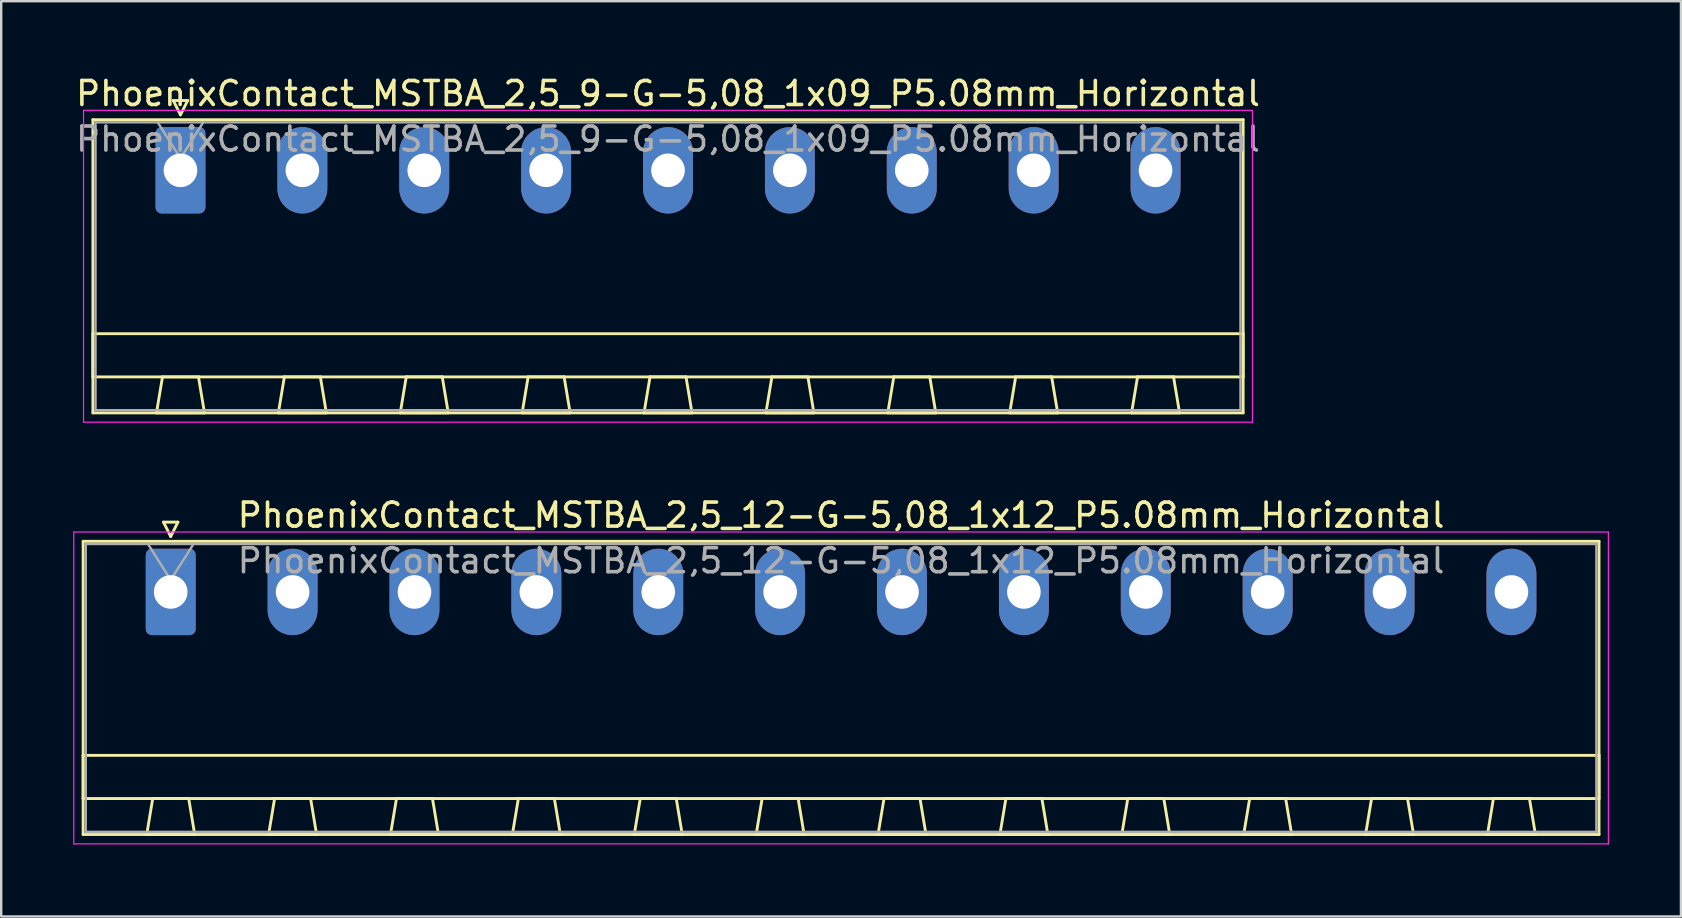
<source format=kicad_pcb>
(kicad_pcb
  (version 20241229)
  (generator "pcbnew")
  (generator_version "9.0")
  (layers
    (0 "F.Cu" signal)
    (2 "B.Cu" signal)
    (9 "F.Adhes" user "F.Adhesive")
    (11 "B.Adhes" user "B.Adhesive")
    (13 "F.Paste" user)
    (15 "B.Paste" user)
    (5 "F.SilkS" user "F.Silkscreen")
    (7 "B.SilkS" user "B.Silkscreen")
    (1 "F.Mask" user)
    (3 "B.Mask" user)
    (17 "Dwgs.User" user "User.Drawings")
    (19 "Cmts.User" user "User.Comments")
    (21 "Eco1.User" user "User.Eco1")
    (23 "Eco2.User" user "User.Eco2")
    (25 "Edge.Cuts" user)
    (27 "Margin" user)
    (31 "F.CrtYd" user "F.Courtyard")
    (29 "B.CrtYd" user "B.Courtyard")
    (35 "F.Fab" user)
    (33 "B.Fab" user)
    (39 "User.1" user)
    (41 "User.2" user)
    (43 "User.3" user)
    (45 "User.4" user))
  (footprint "PhoenixContact_MSTBA_2,5_9-G-5,08_1x09_P5.08mm_Horizontal"
    (layer "F.Cu")
    (at 4.472 4.048)
    (property "Reference" "PhoenixContact_MSTBA_2,5_9-G-5,08_1x09_P5.08mm_Horizontal" (at 20.32 -3.2 0) (layer "F.SilkS") (effects (font (size 1 1) (thickness 0.15))))
    (attr through_hole)
    (fp_line (start -3.65 -2.11) (end -3.65 10.11) (stroke (width 0.12) (type solid)) (layer "F.SilkS"))
    (fp_line (start -3.65 6.81) (end 44.29 6.81) (stroke (width 0.12) (type solid)) (layer "F.SilkS"))
    (fp_line (start -3.65 8.61) (end -3.65 6.81) (stroke (width 0.12) (type solid)) (layer "F.SilkS"))
    (fp_line (start -3.65 10.11) (end 44.29 10.11) (stroke (width 0.12) (type solid)) (layer "F.SilkS"))
    (fp_line (start -1 10.11) (end 1 10.11) (stroke (width 0.12) (type solid)) (layer "F.SilkS"))
    (fp_line (start -0.75 8.61) (end -1 10.11) (stroke (width 0.12) (type solid)) (layer "F.SilkS"))
    (fp_line (start -0.3 -2.91) (end 0.3 -2.91) (stroke (width 0.12) (type solid)) (layer "F.SilkS"))
    (fp_line (start 0 -2.31) (end -0.3 -2.91) (stroke (width 0.12) (type solid)) (layer "F.SilkS"))
    (fp_line (start 0.3 -2.91) (end 0 -2.31) (stroke (width 0.12) (type solid)) (layer "F.SilkS"))
    (fp_line (start 0.75 8.61) (end -0.75 8.61) (stroke (width 0.12) (type solid)) (layer "F.SilkS"))
    (fp_line (start 1 10.11) (end 0.75 8.61) (stroke (width 0.12) (type solid)) (layer "F.SilkS"))
    (fp_line (start 4.08 10.11) (end 6.08 10.11) (stroke (width 0.12) (type solid)) (layer "F.SilkS"))
    (fp_line (start 4.33 8.61) (end 4.08 10.11) (stroke (width 0.12) (type solid)) (layer "F.SilkS"))
    (fp_line (start 5.83 8.61) (end 4.33 8.61) (stroke (width 0.12) (type solid)) (layer "F.SilkS"))
    (fp_line (start 6.08 10.11) (end 5.83 8.61) (stroke (width 0.12) (type solid)) (layer "F.SilkS"))
    (fp_line (start 9.16 10.11) (end 11.16 10.11) (stroke (width 0.12) (type solid)) (layer "F.SilkS"))
    (fp_line (start 9.41 8.61) (end 9.16 10.11) (stroke (width 0.12) (type solid)) (layer "F.SilkS"))
    (fp_line (start 10.91 8.61) (end 9.41 8.61) (stroke (width 0.12) (type solid)) (layer "F.SilkS"))
    (fp_line (start 11.16 10.11) (end 10.91 8.61) (stroke (width 0.12) (type solid)) (layer "F.SilkS"))
    (fp_line (start 14.24 10.11) (end 16.24 10.11) (stroke (width 0.12) (type solid)) (layer "F.SilkS"))
    (fp_line (start 14.49 8.61) (end 14.24 10.11) (stroke (width 0.12) (type solid)) (layer "F.SilkS"))
    (fp_line (start 15.99 8.61) (end 14.49 8.61) (stroke (width 0.12) (type solid)) (layer "F.SilkS"))
    (fp_line (start 16.24 10.11) (end 15.99 8.61) (stroke (width 0.12) (type solid)) (layer "F.SilkS"))
    (fp_line (start 19.32 10.11) (end 21.32 10.11) (stroke (width 0.12) (type solid)) (layer "F.SilkS"))
    (fp_line (start 19.57 8.61) (end 19.32 10.11) (stroke (width 0.12) (type solid)) (layer "F.SilkS"))
    (fp_line (start 21.07 8.61) (end 19.57 8.61) (stroke (width 0.12) (type solid)) (layer "F.SilkS"))
    (fp_line (start 21.32 10.11) (end 21.07 8.61) (stroke (width 0.12) (type solid)) (layer "F.SilkS"))
    (fp_line (start 24.4 10.11) (end 26.4 10.11) (stroke (width 0.12) (type solid)) (layer "F.SilkS"))
    (fp_line (start 24.65 8.61) (end 24.4 10.11) (stroke (width 0.12) (type solid)) (layer "F.SilkS"))
    (fp_line (start 26.15 8.61) (end 24.65 8.61) (stroke (width 0.12) (type solid)) (layer "F.SilkS"))
    (fp_line (start 26.4 10.11) (end 26.15 8.61) (stroke (width 0.12) (type solid)) (layer "F.SilkS"))
    (fp_line (start 29.48 10.11) (end 31.48 10.11) (stroke (width 0.12) (type solid)) (layer "F.SilkS"))
    (fp_line (start 29.73 8.61) (end 29.48 10.11) (stroke (width 0.12) (type solid)) (layer "F.SilkS"))
    (fp_line (start 31.23 8.61) (end 29.73 8.61) (stroke (width 0.12) (type solid)) (layer "F.SilkS"))
    (fp_line (start 31.48 10.11) (end 31.23 8.61) (stroke (width 0.12) (type solid)) (layer "F.SilkS"))
    (fp_line (start 34.56 10.11) (end 36.56 10.11) (stroke (width 0.12) (type solid)) (layer "F.SilkS"))
    (fp_line (start 34.81 8.61) (end 34.56 10.11) (stroke (width 0.12) (type solid)) (layer "F.SilkS"))
    (fp_line (start 36.31 8.61) (end 34.81 8.61) (stroke (width 0.12) (type solid)) (layer "F.SilkS"))
    (fp_line (start 36.56 10.11) (end 36.31 8.61) (stroke (width 0.12) (type solid)) (layer "F.SilkS"))
    (fp_line (start 39.64 10.11) (end 41.64 10.11) (stroke (width 0.12) (type solid)) (layer "F.SilkS"))
    (fp_line (start 39.89 8.61) (end 39.64 10.11) (stroke (width 0.12) (type solid)) (layer "F.SilkS"))
    (fp_line (start 41.39 8.61) (end 39.89 8.61) (stroke (width 0.12) (type solid)) (layer "F.SilkS"))
    (fp_line (start 41.64 10.11) (end 41.39 8.61) (stroke (width 0.12) (type solid)) (layer "F.SilkS"))
    (fp_line (start 44.29 -2.11) (end -3.65 -2.11) (stroke (width 0.12) (type solid)) (layer "F.SilkS"))
    (fp_line (start 44.29 6.81) (end 44.29 8.61) (stroke (width 0.12) (type solid)) (layer "F.SilkS"))
    (fp_line (start 44.29 8.61) (end -3.65 8.61) (stroke (width 0.12) (type solid)) (layer "F.SilkS"))
    (fp_line (start 44.29 10.11) (end 44.29 -2.11) (stroke (width 0.12) (type solid)) (layer "F.SilkS"))
    (fp_line (start -4.04 -2.5) (end -4.04 10.5) (stroke (width 0.05) (type solid)) (layer "F.CrtYd"))
    (fp_line (start -4.04 10.5) (end 44.68 10.5) (stroke (width 0.05) (type solid)) (layer "F.CrtYd"))
    (fp_line (start 44.68 -2.5) (end -4.04 -2.5) (stroke (width 0.05) (type solid)) (layer "F.CrtYd"))
    (fp_line (start 44.68 10.5) (end 44.68 -2.5) (stroke (width 0.05) (type solid)) (layer "F.CrtYd"))
    (fp_line (start -3.54 -2) (end -3.54 10) (stroke (width 0.1) (type solid)) (layer "F.Fab"))
    (fp_line (start -3.54 10) (end 44.18 10) (stroke (width 0.1) (type solid)) (layer "F.Fab"))
    (fp_line (start 0 -0.5) (end -0.95 -2) (stroke (width 0.1) (type solid)) (layer "F.Fab"))
    (fp_line (start 0.95 -2) (end 0 -0.5) (stroke (width 0.1) (type solid)) (layer "F.Fab"))
    (fp_line (start 44.18 -2) (end -3.54 -2) (stroke (width 0.1) (type solid)) (layer "F.Fab"))
    (fp_line (start 44.18 10) (end 44.18 -2) (stroke (width 0.1) (type solid)) (layer "F.Fab"))
    (fp_text user "${REFERENCE}" (at 20.32 -1.3 0) (layer "F.Fab") (effects (font (size 1 1) (thickness 0.15))))
    (pad "1" thru_hole roundrect (at 0 0) (size 2.08 3.6) (drill 1.4) (layers "*.Cu" "*.Mask") (roundrect_rratio 0.12))
    (pad "2" thru_hole oval (at 5.08 0) (size 2.08 3.6) (drill 1.4) (layers "*.Cu" "*.Mask"))
    (pad "3" thru_hole oval (at 10.16 0) (size 2.08 3.6) (drill 1.4) (layers "*.Cu" "*.Mask"))
    (pad "4" thru_hole oval (at 15.24 0) (size 2.08 3.6) (drill 1.4) (layers "*.Cu" "*.Mask"))
    (pad "5" thru_hole oval (at 20.32 0) (size 2.08 3.6) (drill 1.4) (layers "*.Cu" "*.Mask"))
    (pad "6" thru_hole oval (at 25.4 0) (size 2.08 3.6) (drill 1.4) (layers "*.Cu" "*.Mask"))
    (pad "7" thru_hole oval (at 30.48 0) (size 2.08 3.6) (drill 1.4) (layers "*.Cu" "*.Mask"))
    (pad "8" thru_hole oval (at 35.56 0) (size 2.08 3.6) (drill 1.4) (layers "*.Cu" "*.Mask"))
    (pad "9" thru_hole oval (at 40.64 0) (size 2.08 3.6) (drill 1.4) (layers "*.Cu" "*.Mask")))
  (footprint "PhoenixContact_MSTBA_2,5_12-G-5,08_1x12_P5.08mm_Horizontal"
    (layer "F.Cu")
    (at 4.065 21.622)
    (property "Reference" "PhoenixContact_MSTBA_2,5_12-G-5,08_1x12_P5.08mm_Horizontal" (at 27.94 -3.2 0) (layer "F.SilkS") (effects (font (size 1 1) (thickness 0.15))))
    (attr through_hole)
    (fp_line (start -3.65 -2.11) (end -3.65 10.11) (stroke (width 0.12) (type solid)) (layer "F.SilkS"))
    (fp_line (start -3.65 6.81) (end 59.53 6.81) (stroke (width 0.12) (type solid)) (layer "F.SilkS"))
    (fp_line (start -3.65 8.61) (end -3.65 6.81) (stroke (width 0.12) (type solid)) (layer "F.SilkS"))
    (fp_line (start -3.65 10.11) (end 59.53 10.11) (stroke (width 0.12) (type solid)) (layer "F.SilkS"))
    (fp_line (start -1 10.11) (end 1 10.11) (stroke (width 0.12) (type solid)) (layer "F.SilkS"))
    (fp_line (start -0.75 8.61) (end -1 10.11) (stroke (width 0.12) (type solid)) (layer "F.SilkS"))
    (fp_line (start -0.3 -2.91) (end 0.3 -2.91) (stroke (width 0.12) (type solid)) (layer "F.SilkS"))
    (fp_line (start 0 -2.31) (end -0.3 -2.91) (stroke (width 0.12) (type solid)) (layer "F.SilkS"))
    (fp_line (start 0.3 -2.91) (end 0 -2.31) (stroke (width 0.12) (type solid)) (layer "F.SilkS"))
    (fp_line (start 0.75 8.61) (end -0.75 8.61) (stroke (width 0.12) (type solid)) (layer "F.SilkS"))
    (fp_line (start 1 10.11) (end 0.75 8.61) (stroke (width 0.12) (type solid)) (layer "F.SilkS"))
    (fp_line (start 4.08 10.11) (end 6.08 10.11) (stroke (width 0.12) (type solid)) (layer "F.SilkS"))
    (fp_line (start 4.33 8.61) (end 4.08 10.11) (stroke (width 0.12) (type solid)) (layer "F.SilkS"))
    (fp_line (start 5.83 8.61) (end 4.33 8.61) (stroke (width 0.12) (type solid)) (layer "F.SilkS"))
    (fp_line (start 6.08 10.11) (end 5.83 8.61) (stroke (width 0.12) (type solid)) (layer "F.SilkS"))
    (fp_line (start 9.16 10.11) (end 11.16 10.11) (stroke (width 0.12) (type solid)) (layer "F.SilkS"))
    (fp_line (start 9.41 8.61) (end 9.16 10.11) (stroke (width 0.12) (type solid)) (layer "F.SilkS"))
    (fp_line (start 10.91 8.61) (end 9.41 8.61) (stroke (width 0.12) (type solid)) (layer "F.SilkS"))
    (fp_line (start 11.16 10.11) (end 10.91 8.61) (stroke (width 0.12) (type solid)) (layer "F.SilkS"))
    (fp_line (start 14.24 10.11) (end 16.24 10.11) (stroke (width 0.12) (type solid)) (layer "F.SilkS"))
    (fp_line (start 14.49 8.61) (end 14.24 10.11) (stroke (width 0.12) (type solid)) (layer "F.SilkS"))
    (fp_line (start 15.99 8.61) (end 14.49 8.61) (stroke (width 0.12) (type solid)) (layer "F.SilkS"))
    (fp_line (start 16.24 10.11) (end 15.99 8.61) (stroke (width 0.12) (type solid)) (layer "F.SilkS"))
    (fp_line (start 19.32 10.11) (end 21.32 10.11) (stroke (width 0.12) (type solid)) (layer "F.SilkS"))
    (fp_line (start 19.57 8.61) (end 19.32 10.11) (stroke (width 0.12) (type solid)) (layer "F.SilkS"))
    (fp_line (start 21.07 8.61) (end 19.57 8.61) (stroke (width 0.12) (type solid)) (layer "F.SilkS"))
    (fp_line (start 21.32 10.11) (end 21.07 8.61) (stroke (width 0.12) (type solid)) (layer "F.SilkS"))
    (fp_line (start 24.4 10.11) (end 26.4 10.11) (stroke (width 0.12) (type solid)) (layer "F.SilkS"))
    (fp_line (start 24.65 8.61) (end 24.4 10.11) (stroke (width 0.12) (type solid)) (layer "F.SilkS"))
    (fp_line (start 26.15 8.61) (end 24.65 8.61) (stroke (width 0.12) (type solid)) (layer "F.SilkS"))
    (fp_line (start 26.4 10.11) (end 26.15 8.61) (stroke (width 0.12) (type solid)) (layer "F.SilkS"))
    (fp_line (start 29.48 10.11) (end 31.48 10.11) (stroke (width 0.12) (type solid)) (layer "F.SilkS"))
    (fp_line (start 29.73 8.61) (end 29.48 10.11) (stroke (width 0.12) (type solid)) (layer "F.SilkS"))
    (fp_line (start 31.23 8.61) (end 29.73 8.61) (stroke (width 0.12) (type solid)) (layer "F.SilkS"))
    (fp_line (start 31.48 10.11) (end 31.23 8.61) (stroke (width 0.12) (type solid)) (layer "F.SilkS"))
    (fp_line (start 34.56 10.11) (end 36.56 10.11) (stroke (width 0.12) (type solid)) (layer "F.SilkS"))
    (fp_line (start 34.81 8.61) (end 34.56 10.11) (stroke (width 0.12) (type solid)) (layer "F.SilkS"))
    (fp_line (start 36.31 8.61) (end 34.81 8.61) (stroke (width 0.12) (type solid)) (layer "F.SilkS"))
    (fp_line (start 36.56 10.11) (end 36.31 8.61) (stroke (width 0.12) (type solid)) (layer "F.SilkS"))
    (fp_line (start 39.64 10.11) (end 41.64 10.11) (stroke (width 0.12) (type solid)) (layer "F.SilkS"))
    (fp_line (start 39.89 8.61) (end 39.64 10.11) (stroke (width 0.12) (type solid)) (layer "F.SilkS"))
    (fp_line (start 41.39 8.61) (end 39.89 8.61) (stroke (width 0.12) (type solid)) (layer "F.SilkS"))
    (fp_line (start 41.64 10.11) (end 41.39 8.61) (stroke (width 0.12) (type solid)) (layer "F.SilkS"))
    (fp_line (start 44.72 10.11) (end 46.72 10.11) (stroke (width 0.12) (type solid)) (layer "F.SilkS"))
    (fp_line (start 44.97 8.61) (end 44.72 10.11) (stroke (width 0.12) (type solid)) (layer "F.SilkS"))
    (fp_line (start 46.47 8.61) (end 44.97 8.61) (stroke (width 0.12) (type solid)) (layer "F.SilkS"))
    (fp_line (start 46.72 10.11) (end 46.47 8.61) (stroke (width 0.12) (type solid)) (layer "F.SilkS"))
    (fp_line (start 49.8 10.11) (end 51.8 10.11) (stroke (width 0.12) (type solid)) (layer "F.SilkS"))
    (fp_line (start 50.05 8.61) (end 49.8 10.11) (stroke (width 0.12) (type solid)) (layer "F.SilkS"))
    (fp_line (start 51.55 8.61) (end 50.05 8.61) (stroke (width 0.12) (type solid)) (layer "F.SilkS"))
    (fp_line (start 51.8 10.11) (end 51.55 8.61) (stroke (width 0.12) (type solid)) (layer "F.SilkS"))
    (fp_line (start 54.88 10.11) (end 56.88 10.11) (stroke (width 0.12) (type solid)) (layer "F.SilkS"))
    (fp_line (start 55.13 8.61) (end 54.88 10.11) (stroke (width 0.12) (type solid)) (layer "F.SilkS"))
    (fp_line (start 56.63 8.61) (end 55.13 8.61) (stroke (width 0.12) (type solid)) (layer "F.SilkS"))
    (fp_line (start 56.88 10.11) (end 56.63 8.61) (stroke (width 0.12) (type solid)) (layer "F.SilkS"))
    (fp_line (start 59.53 -2.11) (end -3.65 -2.11) (stroke (width 0.12) (type solid)) (layer "F.SilkS"))
    (fp_line (start 59.53 6.81) (end 59.53 8.61) (stroke (width 0.12) (type solid)) (layer "F.SilkS"))
    (fp_line (start 59.53 8.61) (end -3.65 8.61) (stroke (width 0.12) (type solid)) (layer "F.SilkS"))
    (fp_line (start 59.53 10.11) (end 59.53 -2.11) (stroke (width 0.12) (type solid)) (layer "F.SilkS"))
    (fp_line (start -4.04 -2.5) (end -4.04 10.5) (stroke (width 0.05) (type solid)) (layer "F.CrtYd"))
    (fp_line (start -4.04 10.5) (end 59.92 10.5) (stroke (width 0.05) (type solid)) (layer "F.CrtYd"))
    (fp_line (start 59.92 -2.5) (end -4.04 -2.5) (stroke (width 0.05) (type solid)) (layer "F.CrtYd"))
    (fp_line (start 59.92 10.5) (end 59.92 -2.5) (stroke (width 0.05) (type solid)) (layer "F.CrtYd"))
    (fp_line (start -3.54 -2) (end -3.54 10) (stroke (width 0.1) (type solid)) (layer "F.Fab"))
    (fp_line (start -3.54 10) (end 59.42 10) (stroke (width 0.1) (type solid)) (layer "F.Fab"))
    (fp_line (start 0 -0.5) (end -0.95 -2) (stroke (width 0.1) (type solid)) (layer "F.Fab"))
    (fp_line (start 0.95 -2) (end 0 -0.5) (stroke (width 0.1) (type solid)) (layer "F.Fab"))
    (fp_line (start 59.42 -2) (end -3.54 -2) (stroke (width 0.1) (type solid)) (layer "F.Fab"))
    (fp_line (start 59.42 10) (end 59.42 -2) (stroke (width 0.1) (type solid)) (layer "F.Fab"))
    (fp_text user "${REFERENCE}" (at 27.94 -1.3 0) (layer "F.Fab") (effects (font (size 1 1) (thickness 0.15))))
    (pad "1" thru_hole roundrect (at 0 0) (size 2.08 3.6) (drill 1.4) (layers "*.Cu" "*.Mask") (roundrect_rratio 0.12))
    (pad "2" thru_hole oval (at 5.08 0) (size 2.08 3.6) (drill 1.4) (layers "*.Cu" "*.Mask"))
    (pad "3" thru_hole oval (at 10.16 0) (size 2.08 3.6) (drill 1.4) (layers "*.Cu" "*.Mask"))
    (pad "4" thru_hole oval (at 15.24 0) (size 2.08 3.6) (drill 1.4) (layers "*.Cu" "*.Mask"))
    (pad "5" thru_hole oval (at 20.32 0) (size 2.08 3.6) (drill 1.4) (layers "*.Cu" "*.Mask"))
    (pad "6" thru_hole oval (at 25.4 0) (size 2.08 3.6) (drill 1.4) (layers "*.Cu" "*.Mask"))
    (pad "7" thru_hole oval (at 30.48 0) (size 2.08 3.6) (drill 1.4) (layers "*.Cu" "*.Mask"))
    (pad "8" thru_hole oval (at 35.56 0) (size 2.08 3.6) (drill 1.4) (layers "*.Cu" "*.Mask"))
    (pad "9" thru_hole oval (at 40.64 0) (size 2.08 3.6) (drill 1.4) (layers "*.Cu" "*.Mask"))
    (pad "10" thru_hole oval (at 45.72 0) (size 2.08 3.6) (drill 1.4) (layers "*.Cu" "*.Mask"))
    (pad "11" thru_hole oval (at 50.8 0) (size 2.08 3.6) (drill 1.4) (layers "*.Cu" "*.Mask"))
    (pad "12" thru_hole oval (at 55.88 0) (size 2.08 3.6) (drill 1.4) (layers "*.Cu" "*.Mask")))
  (gr_rect
    (start -3 -3)
    (end 67.01 35.147)
    (stroke (width 0.1) (type default))
    (fill no)
    (layer "Edge.Cuts")))
</source>
